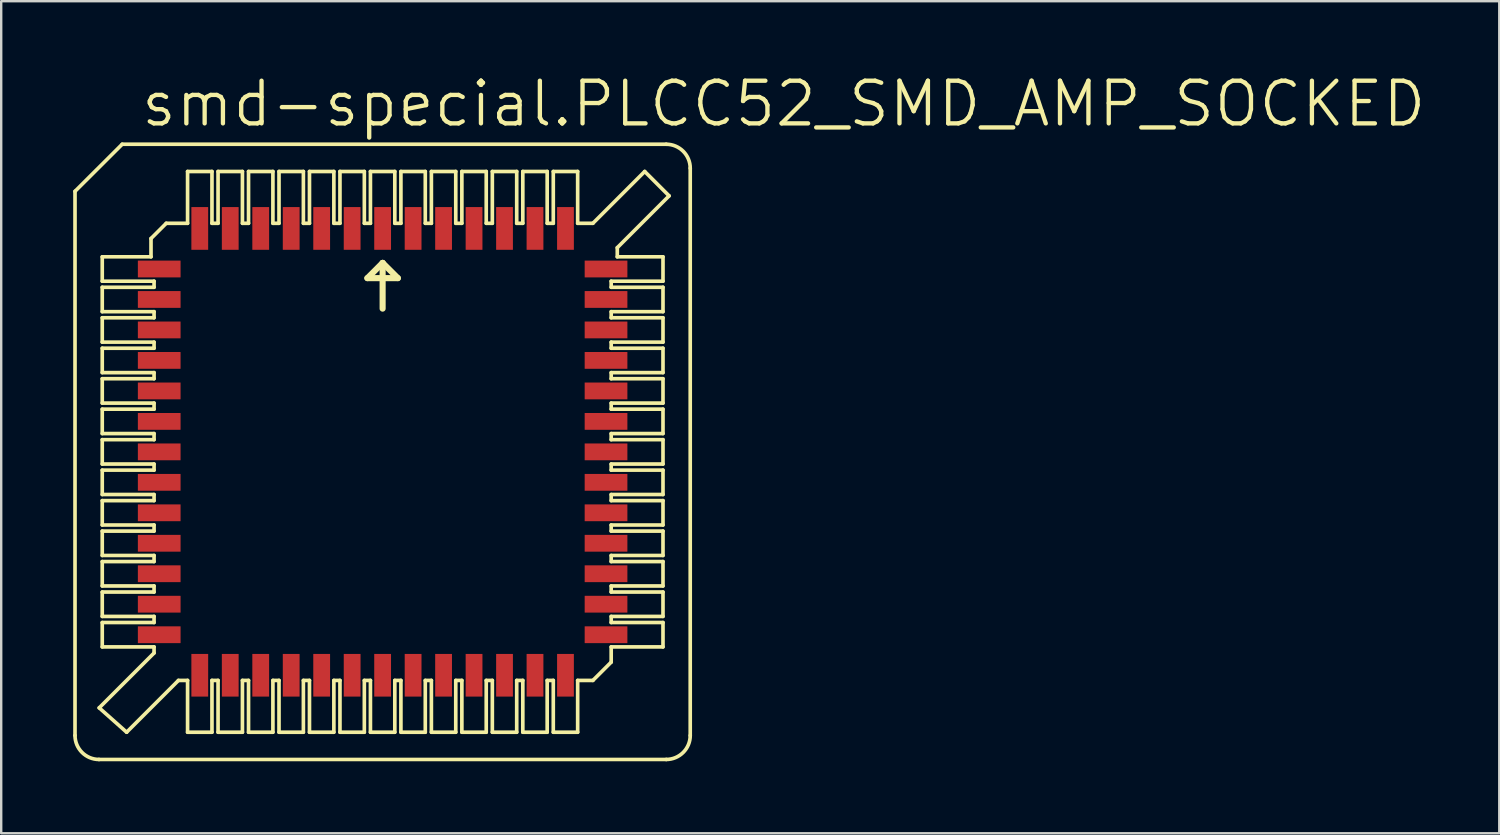
<source format=kicad_pcb>
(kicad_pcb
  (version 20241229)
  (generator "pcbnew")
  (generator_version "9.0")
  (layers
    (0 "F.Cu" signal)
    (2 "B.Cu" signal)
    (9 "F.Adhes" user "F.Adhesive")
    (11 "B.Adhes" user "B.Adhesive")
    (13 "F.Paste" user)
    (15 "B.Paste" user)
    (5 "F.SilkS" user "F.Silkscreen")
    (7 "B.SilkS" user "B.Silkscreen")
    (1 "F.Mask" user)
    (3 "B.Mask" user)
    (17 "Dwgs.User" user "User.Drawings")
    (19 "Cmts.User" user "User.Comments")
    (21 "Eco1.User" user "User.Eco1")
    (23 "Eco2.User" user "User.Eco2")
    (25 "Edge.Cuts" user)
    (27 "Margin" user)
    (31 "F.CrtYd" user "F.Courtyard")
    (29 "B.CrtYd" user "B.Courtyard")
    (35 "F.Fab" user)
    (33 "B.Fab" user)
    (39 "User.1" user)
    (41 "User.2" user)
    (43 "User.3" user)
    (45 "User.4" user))
  (footprint "smd-special.PLCC52_SMD_AMP_SOCKED"
    (layer "F.Cu")
    (at 12.895 15.78)
    (property "Reference" "smd-special.PLCC52_SMD_AMP_SOCKED" (at -10.16 -13.462 0) (layer "F.SilkS") (effects (font (size 1.778 1.778) (thickness 0.18)) (justify left bottom)))
    (attr smd)
    (fp_line (start -12.819 -10.857) (end -12.819 11.819) (stroke (width 0.152) (type default)) (layer "F.SilkS"))
    (fp_line (start -11.819 12.819) (end 11.819 12.819) (stroke (width 0.152) (type default)) (layer "F.SilkS"))
    (fp_line (start -11.811 10.668) (end -9.525 8.382) (stroke (width 0.152) (type default)) (layer "F.SilkS"))
    (fp_line (start -11.684 -7.112) (end -11.684 -8.128) (stroke (width 0.152) (type default)) (layer "F.SilkS"))
    (fp_line (start -11.684 -7.112) (end -9.525 -7.112) (stroke (width 0.152) (type default)) (layer "F.SilkS"))
    (fp_line (start -11.684 -5.842) (end -11.684 -6.858) (stroke (width 0.152) (type default)) (layer "F.SilkS"))
    (fp_line (start -11.684 -5.842) (end -9.525 -5.842) (stroke (width 0.152) (type default)) (layer "F.SilkS"))
    (fp_line (start -11.684 -4.572) (end -11.684 -5.588) (stroke (width 0.152) (type default)) (layer "F.SilkS"))
    (fp_line (start -11.684 -4.572) (end -9.525 -4.572) (stroke (width 0.152) (type default)) (layer "F.SilkS"))
    (fp_line (start -11.684 -3.302) (end -11.684 -4.318) (stroke (width 0.152) (type default)) (layer "F.SilkS"))
    (fp_line (start -11.684 -3.302) (end -9.525 -3.302) (stroke (width 0.152) (type default)) (layer "F.SilkS"))
    (fp_line (start -11.684 -2.032) (end -11.684 -3.048) (stroke (width 0.152) (type default)) (layer "F.SilkS"))
    (fp_line (start -11.684 -2.032) (end -9.525 -2.032) (stroke (width 0.152) (type default)) (layer "F.SilkS"))
    (fp_line (start -11.684 -0.762) (end -11.684 -1.778) (stroke (width 0.152) (type default)) (layer "F.SilkS"))
    (fp_line (start -11.684 -0.762) (end -9.525 -0.762) (stroke (width 0.152) (type default)) (layer "F.SilkS"))
    (fp_line (start -11.684 0.508) (end -11.684 -0.508) (stroke (width 0.152) (type default)) (layer "F.SilkS"))
    (fp_line (start -11.684 0.508) (end -9.525 0.508) (stroke (width 0.152) (type default)) (layer "F.SilkS"))
    (fp_line (start -11.684 1.778) (end -11.684 0.762) (stroke (width 0.152) (type default)) (layer "F.SilkS"))
    (fp_line (start -11.684 1.778) (end -9.525 1.778) (stroke (width 0.152) (type default)) (layer "F.SilkS"))
    (fp_line (start -11.684 2.032) (end -9.525 2.032) (stroke (width 0.152) (type default)) (layer "F.SilkS"))
    (fp_line (start -11.684 3.048) (end -11.684 2.032) (stroke (width 0.152) (type default)) (layer "F.SilkS"))
    (fp_line (start -11.684 3.048) (end -9.525 3.048) (stroke (width 0.152) (type default)) (layer "F.SilkS"))
    (fp_line (start -11.684 4.318) (end -11.684 3.302) (stroke (width 0.152) (type default)) (layer "F.SilkS"))
    (fp_line (start -11.684 4.318) (end -9.525 4.318) (stroke (width 0.152) (type default)) (layer "F.SilkS"))
    (fp_line (start -11.684 4.572) (end -11.684 5.588) (stroke (width 0.152) (type default)) (layer "F.SilkS"))
    (fp_line (start -11.684 4.572) (end -9.525 4.572) (stroke (width 0.152) (type default)) (layer "F.SilkS"))
    (fp_line (start -11.684 5.588) (end -9.525 5.588) (stroke (width 0.152) (type default)) (layer "F.SilkS"))
    (fp_line (start -11.684 5.842) (end -11.684 6.858) (stroke (width 0.152) (type default)) (layer "F.SilkS"))
    (fp_line (start -11.684 5.842) (end -9.525 5.842) (stroke (width 0.152) (type default)) (layer "F.SilkS"))
    (fp_line (start -11.684 6.858) (end -9.525 6.858) (stroke (width 0.152) (type default)) (layer "F.SilkS"))
    (fp_line (start -11.684 7.112) (end -11.684 8.128) (stroke (width 0.152) (type default)) (layer "F.SilkS"))
    (fp_line (start -11.684 7.112) (end -9.525 7.112) (stroke (width 0.152) (type default)) (layer "F.SilkS"))
    (fp_line (start -11.684 8.128) (end -9.525 8.128) (stroke (width 0.152) (type default)) (layer "F.SilkS"))
    (fp_line (start -10.853 -12.819) (end -12.819 -10.857) (stroke (width 0.152) (type default)) (layer "F.SilkS"))
    (fp_line (start -10.668 11.684) (end -11.811 10.668) (stroke (width 0.152) (type default)) (layer "F.SilkS"))
    (fp_line (start -10.668 11.684) (end -8.509 9.525) (stroke (width 0.152) (type default)) (layer "F.SilkS"))
    (fp_line (start -9.652 -8.128) (end -11.684 -8.128) (stroke (width 0.152) (type default)) (layer "F.SilkS"))
    (fp_line (start -9.652 -8.128) (end -9.652 -8.89) (stroke (width 0.152) (type default)) (layer "F.SilkS"))
    (fp_line (start -9.525 -6.858) (end -11.684 -6.858) (stroke (width 0.152) (type default)) (layer "F.SilkS"))
    (fp_line (start -9.525 -6.858) (end -9.525 -7.112) (stroke (width 0.152) (type default)) (layer "F.SilkS"))
    (fp_line (start -9.525 -5.588) (end -11.684 -5.588) (stroke (width 0.152) (type default)) (layer "F.SilkS"))
    (fp_line (start -9.525 -5.588) (end -9.525 -5.842) (stroke (width 0.152) (type default)) (layer "F.SilkS"))
    (fp_line (start -9.525 -4.318) (end -11.684 -4.318) (stroke (width 0.152) (type default)) (layer "F.SilkS"))
    (fp_line (start -9.525 -4.318) (end -9.525 -4.572) (stroke (width 0.152) (type default)) (layer "F.SilkS"))
    (fp_line (start -9.525 -3.048) (end -11.684 -3.048) (stroke (width 0.152) (type default)) (layer "F.SilkS"))
    (fp_line (start -9.525 -3.048) (end -9.525 -3.302) (stroke (width 0.152) (type default)) (layer "F.SilkS"))
    (fp_line (start -9.525 -1.778) (end -11.684 -1.778) (stroke (width 0.152) (type default)) (layer "F.SilkS"))
    (fp_line (start -9.525 -1.778) (end -9.525 -2.032) (stroke (width 0.152) (type default)) (layer "F.SilkS"))
    (fp_line (start -9.525 -0.508) (end -11.684 -0.508) (stroke (width 0.152) (type default)) (layer "F.SilkS"))
    (fp_line (start -9.525 -0.508) (end -9.525 -0.762) (stroke (width 0.152) (type default)) (layer "F.SilkS"))
    (fp_line (start -9.525 0.762) (end -11.684 0.762) (stroke (width 0.152) (type default)) (layer "F.SilkS"))
    (fp_line (start -9.525 0.762) (end -9.525 0.508) (stroke (width 0.152) (type default)) (layer "F.SilkS"))
    (fp_line (start -9.525 2.032) (end -9.525 1.778) (stroke (width 0.152) (type default)) (layer "F.SilkS"))
    (fp_line (start -9.525 3.302) (end -11.684 3.302) (stroke (width 0.152) (type default)) (layer "F.SilkS"))
    (fp_line (start -9.525 3.302) (end -9.525 3.048) (stroke (width 0.152) (type default)) (layer "F.SilkS"))
    (fp_line (start -9.525 4.318) (end -9.525 4.572) (stroke (width 0.152) (type default)) (layer "F.SilkS"))
    (fp_line (start -9.525 5.588) (end -9.525 5.842) (stroke (width 0.152) (type default)) (layer "F.SilkS"))
    (fp_line (start -9.525 6.858) (end -9.525 7.112) (stroke (width 0.152) (type default)) (layer "F.SilkS"))
    (fp_line (start -9.525 8.128) (end -9.525 8.382) (stroke (width 0.152) (type default)) (layer "F.SilkS"))
    (fp_line (start -9.017 -9.525) (end -9.652 -8.89) (stroke (width 0.152) (type default)) (layer "F.SilkS"))
    (fp_line (start -8.128 -11.684) (end -8.128 -9.525) (stroke (width 0.152) (type default)) (layer "F.SilkS"))
    (fp_line (start -8.128 -9.525) (end -9.017 -9.525) (stroke (width 0.152) (type default)) (layer "F.SilkS"))
    (fp_line (start -8.128 9.525) (end -8.509 9.525) (stroke (width 0.152) (type default)) (layer "F.SilkS"))
    (fp_line (start -8.128 11.684) (end -8.128 9.525) (stroke (width 0.152) (type default)) (layer "F.SilkS"))
    (fp_line (start -7.112 -11.684) (end -8.128 -11.684) (stroke (width 0.152) (type default)) (layer "F.SilkS"))
    (fp_line (start -7.112 -9.525) (end -7.112 -11.684) (stroke (width 0.152) (type default)) (layer "F.SilkS"))
    (fp_line (start -7.112 9.525) (end -7.112 11.684) (stroke (width 0.152) (type default)) (layer "F.SilkS"))
    (fp_line (start -7.112 11.684) (end -8.128 11.684) (stroke (width 0.152) (type default)) (layer "F.SilkS"))
    (fp_line (start -6.858 -9.525) (end -7.112 -9.525) (stroke (width 0.152) (type default)) (layer "F.SilkS"))
    (fp_line (start -6.858 -9.525) (end -6.858 -11.684) (stroke (width 0.152) (type default)) (layer "F.SilkS"))
    (fp_line (start -6.858 9.525) (end -7.112 9.525) (stroke (width 0.152) (type default)) (layer "F.SilkS"))
    (fp_line (start -6.858 9.525) (end -6.858 11.684) (stroke (width 0.152) (type default)) (layer "F.SilkS"))
    (fp_line (start -5.842 -11.684) (end -6.858 -11.684) (stroke (width 0.152) (type default)) (layer "F.SilkS"))
    (fp_line (start -5.842 -9.525) (end -5.842 -11.684) (stroke (width 0.152) (type default)) (layer "F.SilkS"))
    (fp_line (start -5.842 9.525) (end -5.842 11.684) (stroke (width 0.152) (type default)) (layer "F.SilkS"))
    (fp_line (start -5.842 11.684) (end -6.858 11.684) (stroke (width 0.152) (type default)) (layer "F.SilkS"))
    (fp_line (start -5.588 -9.525) (end -5.842 -9.525) (stroke (width 0.152) (type default)) (layer "F.SilkS"))
    (fp_line (start -5.588 -9.525) (end -5.588 -11.684) (stroke (width 0.152) (type default)) (layer "F.SilkS"))
    (fp_line (start -5.588 9.525) (end -5.842 9.525) (stroke (width 0.152) (type default)) (layer "F.SilkS"))
    (fp_line (start -5.588 9.525) (end -5.588 11.684) (stroke (width 0.152) (type default)) (layer "F.SilkS"))
    (fp_line (start -4.572 -11.684) (end -5.588 -11.684) (stroke (width 0.152) (type default)) (layer "F.SilkS"))
    (fp_line (start -4.572 -11.684) (end -4.572 -9.525) (stroke (width 0.152) (type default)) (layer "F.SilkS"))
    (fp_line (start -4.572 11.684) (end -5.588 11.684) (stroke (width 0.152) (type default)) (layer "F.SilkS"))
    (fp_line (start -4.572 11.684) (end -4.572 9.525) (stroke (width 0.152) (type default)) (layer "F.SilkS"))
    (fp_line (start -4.318 -9.525) (end -4.572 -9.525) (stroke (width 0.152) (type default)) (layer "F.SilkS"))
    (fp_line (start -4.318 -9.525) (end -4.318 -11.684) (stroke (width 0.152) (type default)) (layer "F.SilkS"))
    (fp_line (start -4.318 9.525) (end -4.572 9.525) (stroke (width 0.152) (type default)) (layer "F.SilkS"))
    (fp_line (start -4.318 11.684) (end -4.318 9.525) (stroke (width 0.152) (type default)) (layer "F.SilkS"))
    (fp_line (start -4.318 11.684) (end -3.302 11.684) (stroke (width 0.152) (type default)) (layer "F.SilkS"))
    (fp_line (start -3.302 -11.684) (end -4.318 -11.684) (stroke (width 0.152) (type default)) (layer "F.SilkS"))
    (fp_line (start -3.302 -11.684) (end -3.302 -9.525) (stroke (width 0.152) (type default)) (layer "F.SilkS"))
    (fp_line (start -3.302 9.525) (end -3.302 11.684) (stroke (width 0.152) (type default)) (layer "F.SilkS"))
    (fp_line (start -3.302 9.525) (end -3.048 9.525) (stroke (width 0.152) (type default)) (layer "F.SilkS"))
    (fp_line (start -3.048 -9.525) (end -3.302 -9.525) (stroke (width 0.152) (type default)) (layer "F.SilkS"))
    (fp_line (start -3.048 -9.525) (end -3.048 -11.684) (stroke (width 0.152) (type default)) (layer "F.SilkS"))
    (fp_line (start -3.048 11.684) (end -3.048 9.525) (stroke (width 0.152) (type default)) (layer "F.SilkS"))
    (fp_line (start -3.048 11.684) (end -2.032 11.684) (stroke (width 0.152) (type default)) (layer "F.SilkS"))
    (fp_line (start -2.032 -11.684) (end -3.048 -11.684) (stroke (width 0.152) (type default)) (layer "F.SilkS"))
    (fp_line (start -2.032 -11.684) (end -2.032 -9.525) (stroke (width 0.152) (type default)) (layer "F.SilkS"))
    (fp_line (start -2.032 9.525) (end -2.032 11.684) (stroke (width 0.152) (type default)) (layer "F.SilkS"))
    (fp_line (start -2.032 9.525) (end -1.778 9.525) (stroke (width 0.152) (type default)) (layer "F.SilkS"))
    (fp_line (start -1.778 -9.525) (end -2.032 -9.525) (stroke (width 0.152) (type default)) (layer "F.SilkS"))
    (fp_line (start -1.778 -9.525) (end -1.778 -11.684) (stroke (width 0.152) (type default)) (layer "F.SilkS"))
    (fp_line (start -1.778 11.684) (end -1.778 9.525) (stroke (width 0.152) (type default)) (layer "F.SilkS"))
    (fp_line (start -1.778 11.684) (end -0.762 11.684) (stroke (width 0.152) (type default)) (layer "F.SilkS"))
    (fp_line (start -0.762 -11.684) (end -1.778 -11.684) (stroke (width 0.152) (type default)) (layer "F.SilkS"))
    (fp_line (start -0.762 -11.684) (end -0.762 -9.525) (stroke (width 0.152) (type default)) (layer "F.SilkS"))
    (fp_line (start -0.762 9.525) (end -0.762 11.684) (stroke (width 0.152) (type default)) (layer "F.SilkS"))
    (fp_line (start -0.762 9.525) (end -0.508 9.525) (stroke (width 0.152) (type default)) (layer "F.SilkS"))
    (fp_line (start -0.635 -7.239) (end 0 -7.874) (stroke (width 0.254) (type default)) (layer "F.SilkS"))
    (fp_line (start -0.508 -9.525) (end -0.762 -9.525) (stroke (width 0.152) (type default)) (layer "F.SilkS"))
    (fp_line (start -0.508 -9.525) (end -0.508 -11.684) (stroke (width 0.152) (type default)) (layer "F.SilkS"))
    (fp_line (start -0.508 11.684) (end -0.508 9.525) (stroke (width 0.152) (type default)) (layer "F.SilkS"))
    (fp_line (start -0.508 11.684) (end 0.508 11.684) (stroke (width 0.152) (type default)) (layer "F.SilkS"))
    (fp_line (start 0 -7.874) (end 0 -5.969) (stroke (width 0.254) (type default)) (layer "F.SilkS"))
    (fp_line (start 0 -7.874) (end 0.635 -7.239) (stroke (width 0.254) (type default)) (layer "F.SilkS"))
    (fp_line (start 0.508 -11.684) (end -0.508 -11.684) (stroke (width 0.152) (type default)) (layer "F.SilkS"))
    (fp_line (start 0.508 -11.684) (end 0.508 -9.525) (stroke (width 0.152) (type default)) (layer "F.SilkS"))
    (fp_line (start 0.508 9.525) (end 0.508 11.684) (stroke (width 0.152) (type default)) (layer "F.SilkS"))
    (fp_line (start 0.508 9.525) (end 0.762 9.525) (stroke (width 0.152) (type default)) (layer "F.SilkS"))
    (fp_line (start 0.635 -7.239) (end -0.635 -7.239) (stroke (width 0.254) (type default)) (layer "F.SilkS"))
    (fp_line (start 0.762 -9.525) (end 0.508 -9.525) (stroke (width 0.152) (type default)) (layer "F.SilkS"))
    (fp_line (start 0.762 -9.525) (end 0.762 -11.684) (stroke (width 0.152) (type default)) (layer "F.SilkS"))
    (fp_line (start 0.762 11.684) (end 0.762 9.525) (stroke (width 0.152) (type default)) (layer "F.SilkS"))
    (fp_line (start 0.762 11.684) (end 1.778 11.684) (stroke (width 0.152) (type default)) (layer "F.SilkS"))
    (fp_line (start 1.778 -11.684) (end 0.762 -11.684) (stroke (width 0.152) (type default)) (layer "F.SilkS"))
    (fp_line (start 1.778 -11.684) (end 1.778 -9.525) (stroke (width 0.152) (type default)) (layer "F.SilkS"))
    (fp_line (start 1.778 9.525) (end 1.778 11.684) (stroke (width 0.152) (type default)) (layer "F.SilkS"))
    (fp_line (start 1.778 9.525) (end 2.032 9.525) (stroke (width 0.152) (type default)) (layer "F.SilkS"))
    (fp_line (start 2.032 -9.525) (end 1.778 -9.525) (stroke (width 0.152) (type default)) (layer "F.SilkS"))
    (fp_line (start 2.032 -9.525) (end 2.032 -11.684) (stroke (width 0.152) (type default)) (layer "F.SilkS"))
    (fp_line (start 2.032 11.684) (end 2.032 9.525) (stroke (width 0.152) (type default)) (layer "F.SilkS"))
    (fp_line (start 2.032 11.684) (end 3.048 11.684) (stroke (width 0.152) (type default)) (layer "F.SilkS"))
    (fp_line (start 3.048 -11.684) (end 2.032 -11.684) (stroke (width 0.152) (type default)) (layer "F.SilkS"))
    (fp_line (start 3.048 -11.684) (end 3.048 -9.525) (stroke (width 0.152) (type default)) (layer "F.SilkS"))
    (fp_line (start 3.048 9.525) (end 3.048 11.684) (stroke (width 0.152) (type default)) (layer "F.SilkS"))
    (fp_line (start 3.048 9.525) (end 3.302 9.525) (stroke (width 0.152) (type default)) (layer "F.SilkS"))
    (fp_line (start 3.302 -9.525) (end 3.048 -9.525) (stroke (width 0.152) (type default)) (layer "F.SilkS"))
    (fp_line (start 3.302 -9.525) (end 3.302 -11.684) (stroke (width 0.152) (type default)) (layer "F.SilkS"))
    (fp_line (start 3.302 11.684) (end 3.302 9.525) (stroke (width 0.152) (type default)) (layer "F.SilkS"))
    (fp_line (start 3.302 11.684) (end 4.318 11.684) (stroke (width 0.152) (type default)) (layer "F.SilkS"))
    (fp_line (start 4.318 -11.684) (end 3.302 -11.684) (stroke (width 0.152) (type default)) (layer "F.SilkS"))
    (fp_line (start 4.318 -11.684) (end 4.318 -9.525) (stroke (width 0.152) (type default)) (layer "F.SilkS"))
    (fp_line (start 4.318 -9.525) (end 4.572 -9.525) (stroke (width 0.152) (type default)) (layer "F.SilkS"))
    (fp_line (start 4.318 9.525) (end 4.318 11.684) (stroke (width 0.152) (type default)) (layer "F.SilkS"))
    (fp_line (start 4.318 9.525) (end 4.572 9.525) (stroke (width 0.152) (type default)) (layer "F.SilkS"))
    (fp_line (start 4.572 -11.684) (end 4.572 -9.525) (stroke (width 0.152) (type default)) (layer "F.SilkS"))
    (fp_line (start 4.572 -11.684) (end 5.588 -11.684) (stroke (width 0.152) (type default)) (layer "F.SilkS"))
    (fp_line (start 4.572 9.525) (end 4.572 11.684) (stroke (width 0.152) (type default)) (layer "F.SilkS"))
    (fp_line (start 5.588 -11.684) (end 5.588 -9.525) (stroke (width 0.152) (type default)) (layer "F.SilkS"))
    (fp_line (start 5.588 -9.525) (end 5.842 -9.525) (stroke (width 0.152) (type default)) (layer "F.SilkS"))
    (fp_line (start 5.588 11.684) (end 4.572 11.684) (stroke (width 0.152) (type default)) (layer "F.SilkS"))
    (fp_line (start 5.588 11.684) (end 5.588 9.525) (stroke (width 0.152) (type default)) (layer "F.SilkS"))
    (fp_line (start 5.842 -11.684) (end 5.842 -9.525) (stroke (width 0.152) (type default)) (layer "F.SilkS"))
    (fp_line (start 5.842 -11.684) (end 6.858 -11.684) (stroke (width 0.152) (type default)) (layer "F.SilkS"))
    (fp_line (start 5.842 9.525) (end 5.588 9.525) (stroke (width 0.152) (type default)) (layer "F.SilkS"))
    (fp_line (start 5.842 9.525) (end 5.842 11.684) (stroke (width 0.152) (type default)) (layer "F.SilkS"))
    (fp_line (start 6.858 -11.684) (end 6.858 -9.525) (stroke (width 0.152) (type default)) (layer "F.SilkS"))
    (fp_line (start 6.858 -9.525) (end 7.112 -9.525) (stroke (width 0.152) (type default)) (layer "F.SilkS"))
    (fp_line (start 6.858 9.525) (end 6.858 11.684) (stroke (width 0.152) (type default)) (layer "F.SilkS"))
    (fp_line (start 6.858 11.684) (end 5.842 11.684) (stroke (width 0.152) (type default)) (layer "F.SilkS"))
    (fp_line (start 7.112 -11.684) (end 7.112 -9.525) (stroke (width 0.152) (type default)) (layer "F.SilkS"))
    (fp_line (start 7.112 -11.684) (end 8.128 -11.684) (stroke (width 0.152) (type default)) (layer "F.SilkS"))
    (fp_line (start 7.112 9.525) (end 6.858 9.525) (stroke (width 0.152) (type default)) (layer "F.SilkS"))
    (fp_line (start 7.112 9.525) (end 7.112 11.684) (stroke (width 0.152) (type default)) (layer "F.SilkS"))
    (fp_line (start 8.128 -11.684) (end 8.128 -9.525) (stroke (width 0.152) (type default)) (layer "F.SilkS"))
    (fp_line (start 8.128 -9.525) (end 8.763 -9.525) (stroke (width 0.152) (type default)) (layer "F.SilkS"))
    (fp_line (start 8.128 9.525) (end 8.763 9.525) (stroke (width 0.152) (type default)) (layer "F.SilkS"))
    (fp_line (start 8.128 11.684) (end 7.112 11.684) (stroke (width 0.152) (type default)) (layer "F.SilkS"))
    (fp_line (start 8.128 11.684) (end 8.128 9.525) (stroke (width 0.152) (type default)) (layer "F.SilkS"))
    (fp_line (start 9.525 -7.112) (end 9.525 -6.858) (stroke (width 0.152) (type default)) (layer "F.SilkS"))
    (fp_line (start 9.525 -7.112) (end 11.684 -7.112) (stroke (width 0.152) (type default)) (layer "F.SilkS"))
    (fp_line (start 9.525 -5.842) (end 9.525 -5.588) (stroke (width 0.152) (type default)) (layer "F.SilkS"))
    (fp_line (start 9.525 -5.842) (end 11.684 -5.842) (stroke (width 0.152) (type default)) (layer "F.SilkS"))
    (fp_line (start 9.525 -4.572) (end 9.525 -4.318) (stroke (width 0.152) (type default)) (layer "F.SilkS"))
    (fp_line (start 9.525 -4.572) (end 11.684 -4.572) (stroke (width 0.152) (type default)) (layer "F.SilkS"))
    (fp_line (start 9.525 -3.302) (end 9.525 -3.048) (stroke (width 0.152) (type default)) (layer "F.SilkS"))
    (fp_line (start 9.525 -3.302) (end 11.684 -3.302) (stroke (width 0.152) (type default)) (layer "F.SilkS"))
    (fp_line (start 9.525 -2.032) (end 9.525 -1.778) (stroke (width 0.152) (type default)) (layer "F.SilkS"))
    (fp_line (start 9.525 -2.032) (end 11.684 -2.032) (stroke (width 0.152) (type default)) (layer "F.SilkS"))
    (fp_line (start 9.525 -0.762) (end 9.525 -0.508) (stroke (width 0.152) (type default)) (layer "F.SilkS"))
    (fp_line (start 9.525 -0.762) (end 11.684 -0.762) (stroke (width 0.152) (type default)) (layer "F.SilkS"))
    (fp_line (start 9.525 0.508) (end 9.525 0.762) (stroke (width 0.152) (type default)) (layer "F.SilkS"))
    (fp_line (start 9.525 0.508) (end 11.684 0.508) (stroke (width 0.152) (type default)) (layer "F.SilkS"))
    (fp_line (start 9.525 1.778) (end 9.525 2.032) (stroke (width 0.152) (type default)) (layer "F.SilkS"))
    (fp_line (start 9.525 1.778) (end 11.684 1.778) (stroke (width 0.152) (type default)) (layer "F.SilkS"))
    (fp_line (start 9.525 3.048) (end 9.525 3.302) (stroke (width 0.152) (type default)) (layer "F.SilkS"))
    (fp_line (start 9.525 3.048) (end 11.684 3.048) (stroke (width 0.152) (type default)) (layer "F.SilkS"))
    (fp_line (start 9.525 4.318) (end 9.525 4.572) (stroke (width 0.152) (type default)) (layer "F.SilkS"))
    (fp_line (start 9.525 4.318) (end 11.684 4.318) (stroke (width 0.152) (type default)) (layer "F.SilkS"))
    (fp_line (start 9.525 5.588) (end 9.525 5.842) (stroke (width 0.152) (type default)) (layer "F.SilkS"))
    (fp_line (start 9.525 5.588) (end 11.684 5.588) (stroke (width 0.152) (type default)) (layer "F.SilkS"))
    (fp_line (start 9.525 5.842) (end 11.684 5.842) (stroke (width 0.152) (type default)) (layer "F.SilkS"))
    (fp_line (start 9.525 6.858) (end 9.525 7.112) (stroke (width 0.152) (type default)) (layer "F.SilkS"))
    (fp_line (start 9.525 6.858) (end 11.684 6.858) (stroke (width 0.152) (type default)) (layer "F.SilkS"))
    (fp_line (start 9.525 7.112) (end 11.684 7.112) (stroke (width 0.152) (type default)) (layer "F.SilkS"))
    (fp_line (start 9.525 8.128) (end 9.525 8.763) (stroke (width 0.152) (type default)) (layer "F.SilkS"))
    (fp_line (start 9.525 8.128) (end 11.684 8.128) (stroke (width 0.152) (type default)) (layer "F.SilkS"))
    (fp_line (start 9.525 8.763) (end 8.763 9.525) (stroke (width 0.152) (type default)) (layer "F.SilkS"))
    (fp_line (start 9.779 -8.509) (end 9.779 -8.128) (stroke (width 0.152) (type default)) (layer "F.SilkS"))
    (fp_line (start 9.779 -8.128) (end 11.684 -8.128) (stroke (width 0.152) (type default)) (layer "F.SilkS"))
    (fp_line (start 10.922 -11.684) (end 8.763 -9.525) (stroke (width 0.152) (type default)) (layer "F.SilkS"))
    (fp_line (start 11.684 -8.128) (end 11.684 -7.112) (stroke (width 0.152) (type default)) (layer "F.SilkS"))
    (fp_line (start 11.684 -6.858) (end 9.525 -6.858) (stroke (width 0.152) (type default)) (layer "F.SilkS"))
    (fp_line (start 11.684 -6.858) (end 11.684 -5.842) (stroke (width 0.152) (type default)) (layer "F.SilkS"))
    (fp_line (start 11.684 -5.588) (end 9.525 -5.588) (stroke (width 0.152) (type default)) (layer "F.SilkS"))
    (fp_line (start 11.684 -5.588) (end 11.684 -4.572) (stroke (width 0.152) (type default)) (layer "F.SilkS"))
    (fp_line (start 11.684 -4.318) (end 9.525 -4.318) (stroke (width 0.152) (type default)) (layer "F.SilkS"))
    (fp_line (start 11.684 -4.318) (end 11.684 -3.302) (stroke (width 0.152) (type default)) (layer "F.SilkS"))
    (fp_line (start 11.684 -3.048) (end 9.525 -3.048) (stroke (width 0.152) (type default)) (layer "F.SilkS"))
    (fp_line (start 11.684 -3.048) (end 11.684 -2.032) (stroke (width 0.152) (type default)) (layer "F.SilkS"))
    (fp_line (start 11.684 -1.778) (end 9.525 -1.778) (stroke (width 0.152) (type default)) (layer "F.SilkS"))
    (fp_line (start 11.684 -1.778) (end 11.684 -0.762) (stroke (width 0.152) (type default)) (layer "F.SilkS"))
    (fp_line (start 11.684 -0.508) (end 9.525 -0.508) (stroke (width 0.152) (type default)) (layer "F.SilkS"))
    (fp_line (start 11.684 -0.508) (end 11.684 0.508) (stroke (width 0.152) (type default)) (layer "F.SilkS"))
    (fp_line (start 11.684 0.762) (end 9.525 0.762) (stroke (width 0.152) (type default)) (layer "F.SilkS"))
    (fp_line (start 11.684 0.762) (end 11.684 1.778) (stroke (width 0.152) (type default)) (layer "F.SilkS"))
    (fp_line (start 11.684 2.032) (end 9.525 2.032) (stroke (width 0.152) (type default)) (layer "F.SilkS"))
    (fp_line (start 11.684 2.032) (end 11.684 3.048) (stroke (width 0.152) (type default)) (layer "F.SilkS"))
    (fp_line (start 11.684 3.302) (end 9.525 3.302) (stroke (width 0.152) (type default)) (layer "F.SilkS"))
    (fp_line (start 11.684 3.302) (end 11.684 4.318) (stroke (width 0.152) (type default)) (layer "F.SilkS"))
    (fp_line (start 11.684 4.572) (end 9.525 4.572) (stroke (width 0.152) (type default)) (layer "F.SilkS"))
    (fp_line (start 11.684 4.572) (end 11.684 5.588) (stroke (width 0.152) (type default)) (layer "F.SilkS"))
    (fp_line (start 11.684 5.842) (end 11.684 6.858) (stroke (width 0.152) (type default)) (layer "F.SilkS"))
    (fp_line (start 11.684 7.112) (end 11.684 8.128) (stroke (width 0.152) (type default)) (layer "F.SilkS"))
    (fp_line (start 11.819 -12.819) (end -10.853 -12.819) (stroke (width 0.152) (type default)) (layer "F.SilkS"))
    (fp_line (start 11.938 -10.668) (end 9.779 -8.509) (stroke (width 0.152) (type default)) (layer "F.SilkS"))
    (fp_line (start 11.938 -10.668) (end 10.922 -11.684) (stroke (width 0.152) (type default)) (layer "F.SilkS"))
    (fp_line (start 12.819 11.819) (end 12.819 -11.819) (stroke (width 0.152) (type default)) (layer "F.SilkS"))
    (fp_arc (start -11.819 12.819) (mid -12.526107 12.526107) (end -12.819 11.819) (stroke (width 0.1524) (type default)) (layer "F.SilkS"))
    (fp_arc (start 11.819 -12.819) (mid 12.526107 -12.526107) (end 12.819 -11.819) (stroke (width 0.1524) (type default)) (layer "F.SilkS"))
    (fp_arc (start 12.819 11.819) (mid 12.526107 12.526107) (end 11.819 12.819) (stroke (width 0.1524) (type default)) (layer "F.SilkS"))
    (pad "1" smd roundrect (at 0 -9.31) (size 0.7 1.78) (layers "F.Cu" "F.Mask" "F.Paste") (roundrect_rratio 0.01))
    (pad "2" smd roundrect (at -1.27 -9.31) (size 0.7 1.78) (layers "F.Cu" "F.Mask" "F.Paste") (roundrect_rratio 0.01))
    (pad "3" smd roundrect (at -2.54 -9.31) (size 0.7 1.78) (layers "F.Cu" "F.Mask" "F.Paste") (roundrect_rratio 0.01))
    (pad "4" smd roundrect (at -3.81 -9.31) (size 0.7 1.78) (layers "F.Cu" "F.Mask" "F.Paste") (roundrect_rratio 0.01))
    (pad "5" smd roundrect (at -5.08 -9.31) (size 0.7 1.78) (layers "F.Cu" "F.Mask" "F.Paste") (roundrect_rratio 0.01))
    (pad "6" smd roundrect (at -6.35 -9.31) (size 0.7 1.78) (layers "F.Cu" "F.Mask" "F.Paste") (roundrect_rratio 0.01))
    (pad "7" smd roundrect (at -7.62 -9.31) (size 0.7 1.78) (layers "F.Cu" "F.Mask" "F.Paste") (roundrect_rratio 0.01))
    (pad "8" smd roundrect (at -9.31 -7.62) (size 1.78 0.7) (layers "F.Cu" "F.Mask" "F.Paste") (roundrect_rratio 0.01))
    (pad "9" smd roundrect (at -9.31 -6.35) (size 1.78 0.7) (layers "F.Cu" "F.Mask" "F.Paste") (roundrect_rratio 0.01))
    (pad "10" smd roundrect (at -9.31 -5.08) (size 1.78 0.7) (layers "F.Cu" "F.Mask" "F.Paste") (roundrect_rratio 0.01))
    (pad "11" smd roundrect (at -9.31 -3.81) (size 1.78 0.7) (layers "F.Cu" "F.Mask" "F.Paste") (roundrect_rratio 0.01))
    (pad "12" smd roundrect (at -9.31 -2.54) (size 1.78 0.7) (layers "F.Cu" "F.Mask" "F.Paste") (roundrect_rratio 0.01))
    (pad "13" smd roundrect (at -9.31 -1.27) (size 1.78 0.7) (layers "F.Cu" "F.Mask" "F.Paste") (roundrect_rratio 0.01))
    (pad "14" smd roundrect (at -9.31 0) (size 1.78 0.7) (layers "F.Cu" "F.Mask" "F.Paste") (roundrect_rratio 0.01))
    (pad "15" smd roundrect (at -9.31 1.27) (size 1.78 0.7) (layers "F.Cu" "F.Mask" "F.Paste") (roundrect_rratio 0.01))
    (pad "16" smd roundrect (at -9.31 2.54) (size 1.78 0.7) (layers "F.Cu" "F.Mask" "F.Paste") (roundrect_rratio 0.01))
    (pad "17" smd roundrect (at -9.31 3.81) (size 1.78 0.7) (layers "F.Cu" "F.Mask" "F.Paste") (roundrect_rratio 0.01))
    (pad "18" smd roundrect (at -9.31 5.08) (size 1.78 0.7) (layers "F.Cu" "F.Mask" "F.Paste") (roundrect_rratio 0.01))
    (pad "19" smd roundrect (at -9.31 6.35) (size 1.78 0.7) (layers "F.Cu" "F.Mask" "F.Paste") (roundrect_rratio 0.01))
    (pad "20" smd roundrect (at -9.31 7.62) (size 1.78 0.7) (layers "F.Cu" "F.Mask" "F.Paste") (roundrect_rratio 0.01))
    (pad "21" smd roundrect (at -7.62 9.31) (size 0.7 1.78) (layers "F.Cu" "F.Mask" "F.Paste") (roundrect_rratio 0.01))
    (pad "22" smd roundrect (at -6.35 9.31) (size 0.7 1.78) (layers "F.Cu" "F.Mask" "F.Paste") (roundrect_rratio 0.01))
    (pad "23" smd roundrect (at -5.08 9.31) (size 0.7 1.78) (layers "F.Cu" "F.Mask" "F.Paste") (roundrect_rratio 0.01))
    (pad "24" smd roundrect (at -3.81 9.31) (size 0.7 1.78) (layers "F.Cu" "F.Mask" "F.Paste") (roundrect_rratio 0.01))
    (pad "25" smd roundrect (at -2.54 9.31) (size 0.7 1.78) (layers "F.Cu" "F.Mask" "F.Paste") (roundrect_rratio 0.01))
    (pad "26" smd roundrect (at -1.27 9.31) (size 0.7 1.78) (layers "F.Cu" "F.Mask" "F.Paste") (roundrect_rratio 0.01))
    (pad "27" smd roundrect (at 0 9.31) (size 0.7 1.78) (layers "F.Cu" "F.Mask" "F.Paste") (roundrect_rratio 0.01))
    (pad "28" smd roundrect (at 1.27 9.31) (size 0.7 1.78) (layers "F.Cu" "F.Mask" "F.Paste") (roundrect_rratio 0.01))
    (pad "29" smd roundrect (at 2.54 9.31) (size 0.7 1.78) (layers "F.Cu" "F.Mask" "F.Paste") (roundrect_rratio 0.01))
    (pad "30" smd roundrect (at 3.81 9.31) (size 0.7 1.78) (layers "F.Cu" "F.Mask" "F.Paste") (roundrect_rratio 0.01))
    (pad "31" smd roundrect (at 5.08 9.31) (size 0.7 1.78) (layers "F.Cu" "F.Mask" "F.Paste") (roundrect_rratio 0.01))
    (pad "32" smd roundrect (at 6.35 9.31) (size 0.7 1.78) (layers "F.Cu" "F.Mask" "F.Paste") (roundrect_rratio 0.01))
    (pad "33" smd roundrect (at 7.62 9.31) (size 0.7 1.78) (layers "F.Cu" "F.Mask" "F.Paste") (roundrect_rratio 0.01))
    (pad "34" smd roundrect (at 9.31 7.62) (size 1.78 0.7) (layers "F.Cu" "F.Mask" "F.Paste") (roundrect_rratio 0.01))
    (pad "35" smd roundrect (at 9.31 6.35) (size 1.78 0.7) (layers "F.Cu" "F.Mask" "F.Paste") (roundrect_rratio 0.01))
    (pad "36" smd roundrect (at 9.31 5.08) (size 1.78 0.7) (layers "F.Cu" "F.Mask" "F.Paste") (roundrect_rratio 0.01))
    (pad "37" smd roundrect (at 9.31 3.81) (size 1.78 0.7) (layers "F.Cu" "F.Mask" "F.Paste") (roundrect_rratio 0.01))
    (pad "38" smd roundrect (at 9.31 2.54) (size 1.78 0.7) (layers "F.Cu" "F.Mask" "F.Paste") (roundrect_rratio 0.01))
    (pad "39" smd roundrect (at 9.31 1.27) (size 1.78 0.7) (layers "F.Cu" "F.Mask" "F.Paste") (roundrect_rratio 0.01))
    (pad "40" smd roundrect (at 9.31 0) (size 1.78 0.7) (layers "F.Cu" "F.Mask" "F.Paste") (roundrect_rratio 0.01))
    (pad "41" smd roundrect (at 9.31 -1.27) (size 1.78 0.7) (layers "F.Cu" "F.Mask" "F.Paste") (roundrect_rratio 0.01))
    (pad "42" smd roundrect (at 9.31 -2.54) (size 1.78 0.7) (layers "F.Cu" "F.Mask" "F.Paste") (roundrect_rratio 0.01))
    (pad "43" smd roundrect (at 9.31 -3.81) (size 1.78 0.7) (layers "F.Cu" "F.Mask" "F.Paste") (roundrect_rratio 0.01))
    (pad "44" smd roundrect (at 9.31 -5.08) (size 1.78 0.7) (layers "F.Cu" "F.Mask" "F.Paste") (roundrect_rratio 0.01))
    (pad "45" smd roundrect (at 9.31 -6.35) (size 1.78 0.7) (layers "F.Cu" "F.Mask" "F.Paste") (roundrect_rratio 0.01))
    (pad "46" smd roundrect (at 9.31 -7.62) (size 1.78 0.7) (layers "F.Cu" "F.Mask" "F.Paste") (roundrect_rratio 0.01))
    (pad "47" smd roundrect (at 7.62 -9.31) (size 0.7 1.78) (layers "F.Cu" "F.Mask" "F.Paste") (roundrect_rratio 0.01))
    (pad "48" smd roundrect (at 6.35 -9.31) (size 0.7 1.78) (layers "F.Cu" "F.Mask" "F.Paste") (roundrect_rratio 0.01))
    (pad "49" smd roundrect (at 5.08 -9.31) (size 0.7 1.78) (layers "F.Cu" "F.Mask" "F.Paste") (roundrect_rratio 0.01))
    (pad "50" smd roundrect (at 3.81 -9.31) (size 0.7 1.78) (layers "F.Cu" "F.Mask" "F.Paste") (roundrect_rratio 0.01))
    (pad "51" smd roundrect (at 2.54 -9.31) (size 0.7 1.78) (layers "F.Cu" "F.Mask" "F.Paste") (roundrect_rratio 0.01))
    (pad "52" smd roundrect (at 1.27 -9.31) (size 0.7 1.78) (layers "F.Cu" "F.Mask" "F.Paste") (roundrect_rratio 0.01)))
  (gr_rect
    (start -3 -3)
    (end 59.429 31.675)
    (stroke (width 0.1) (type default))
    (fill no)
    (layer "Edge.Cuts")))
</source>
